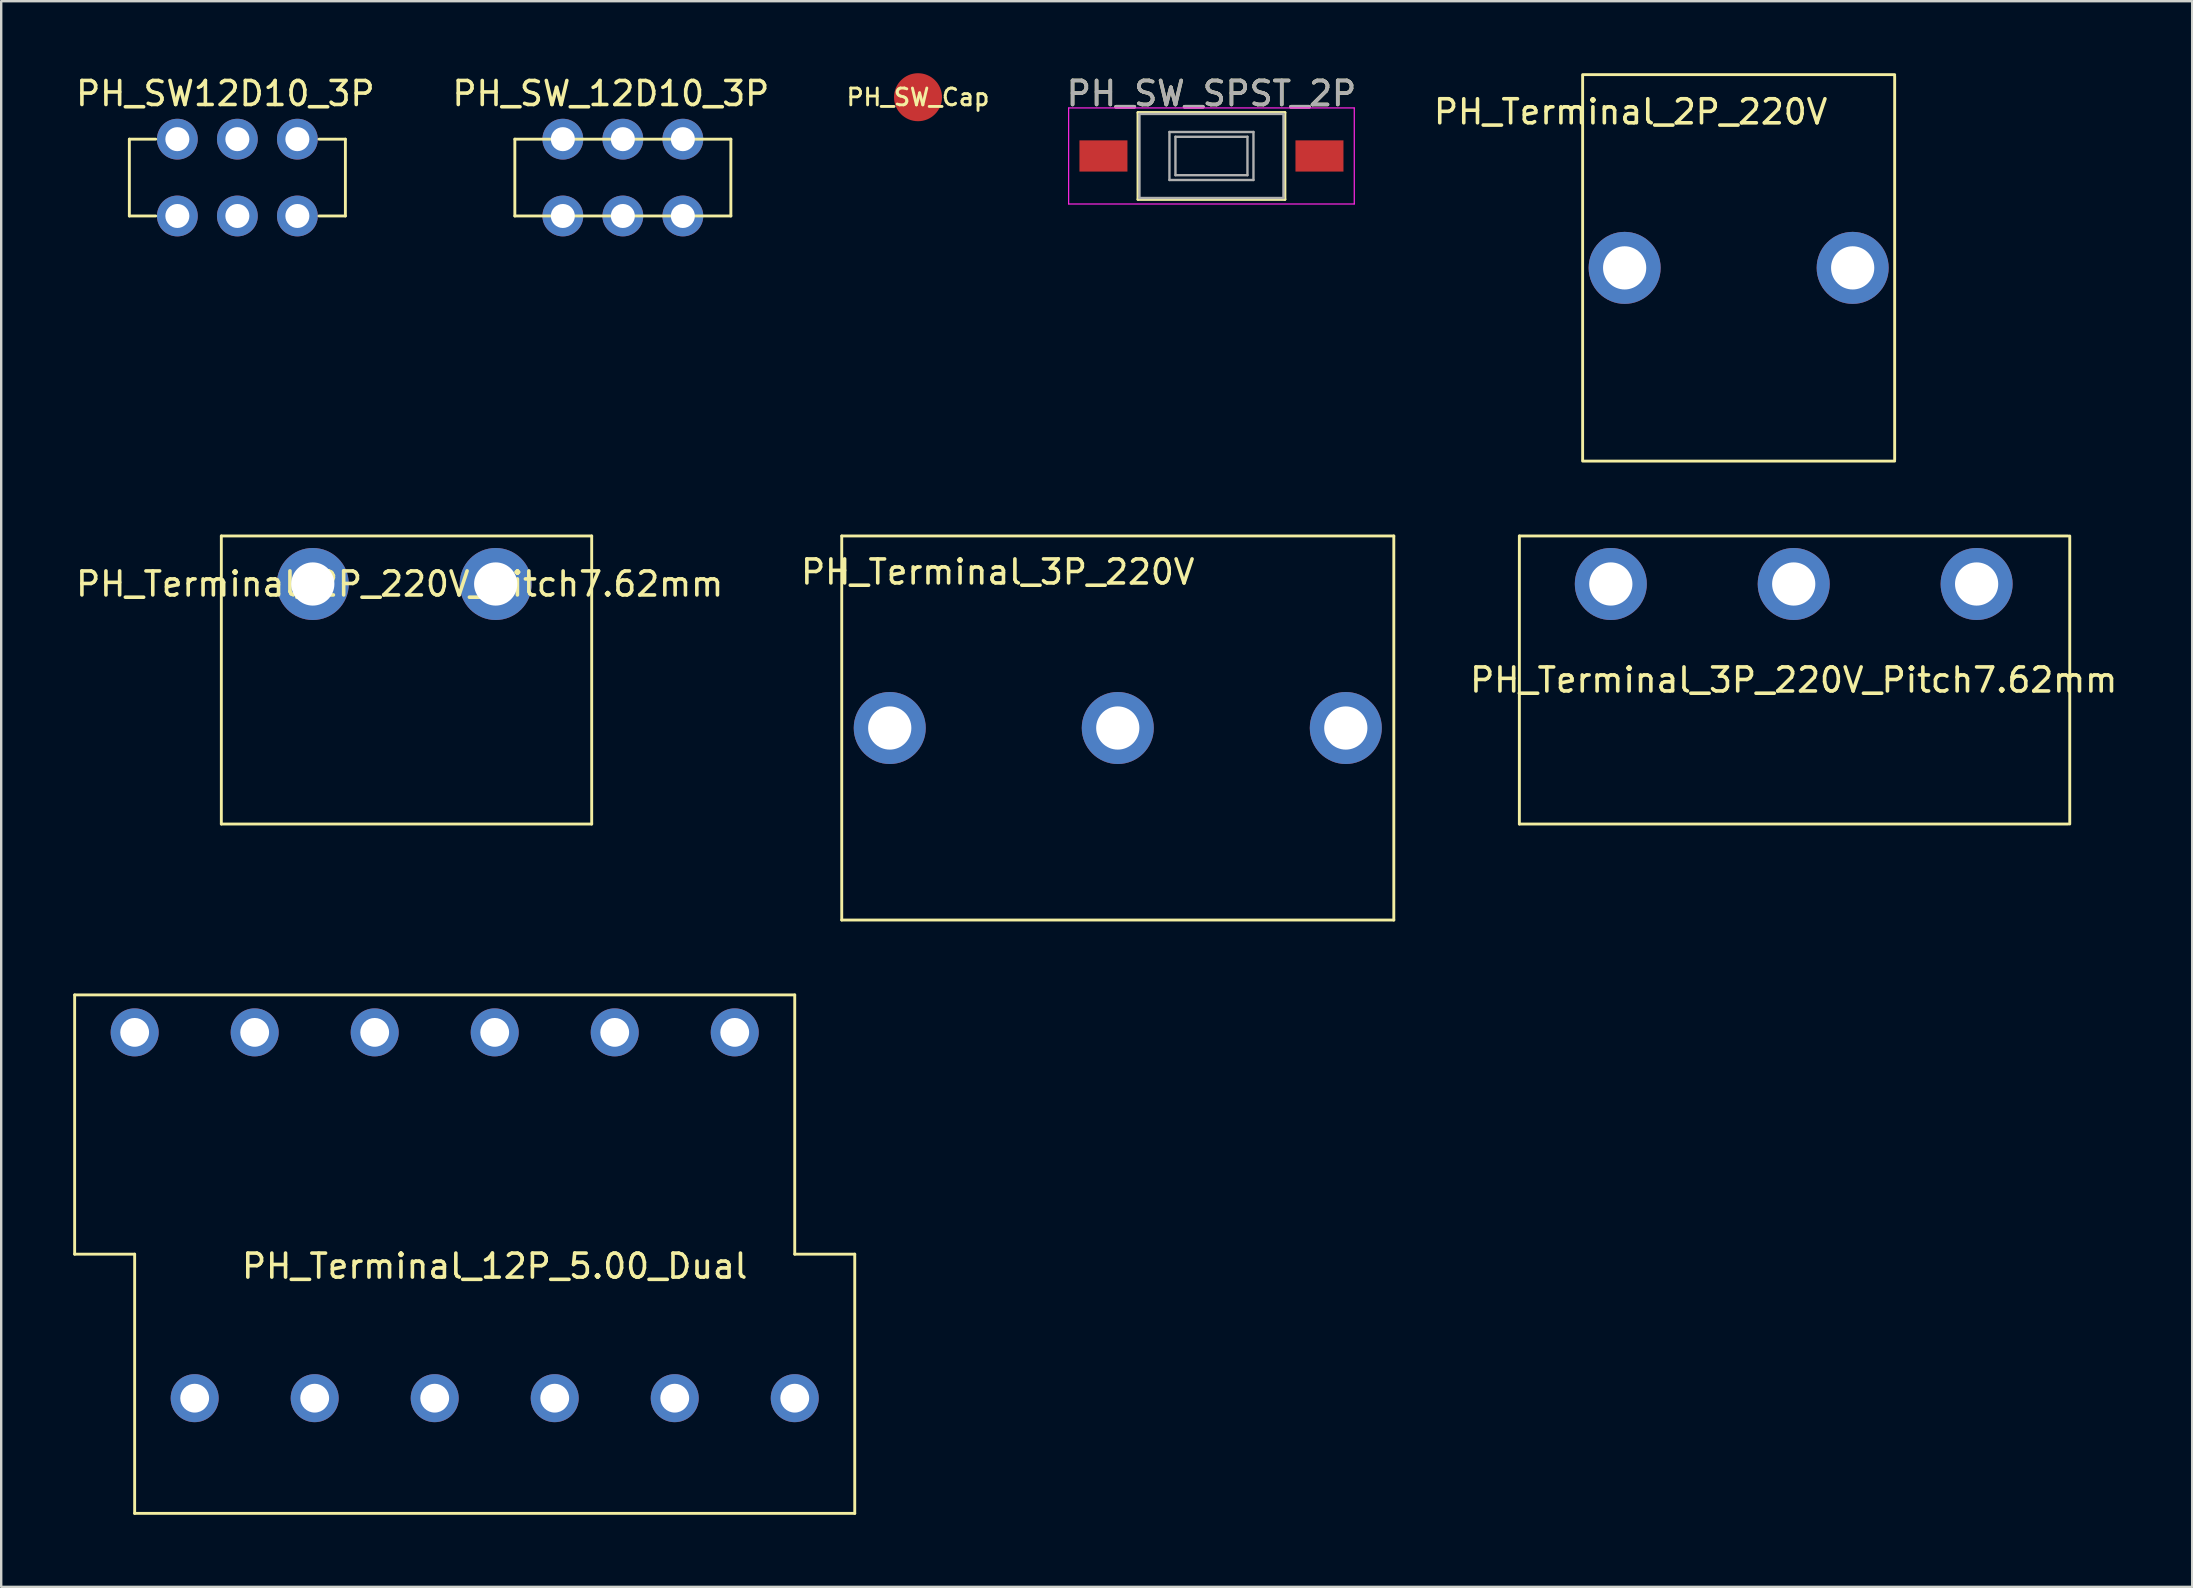
<source format=kicad_pcb>
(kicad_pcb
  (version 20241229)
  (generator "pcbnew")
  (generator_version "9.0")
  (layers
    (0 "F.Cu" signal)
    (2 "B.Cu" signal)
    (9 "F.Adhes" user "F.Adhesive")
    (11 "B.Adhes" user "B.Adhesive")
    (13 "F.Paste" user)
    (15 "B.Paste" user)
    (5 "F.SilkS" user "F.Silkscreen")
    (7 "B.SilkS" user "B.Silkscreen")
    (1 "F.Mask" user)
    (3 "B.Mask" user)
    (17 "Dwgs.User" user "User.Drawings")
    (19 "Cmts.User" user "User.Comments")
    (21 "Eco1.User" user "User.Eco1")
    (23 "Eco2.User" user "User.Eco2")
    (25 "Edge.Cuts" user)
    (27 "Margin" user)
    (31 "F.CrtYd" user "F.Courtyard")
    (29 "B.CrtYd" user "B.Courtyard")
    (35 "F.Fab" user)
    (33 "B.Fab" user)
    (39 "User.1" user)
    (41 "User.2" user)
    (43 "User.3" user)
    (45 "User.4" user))
  (footprint "PH_SW_Cap"
    (layer "F.Cu")
    (at 35.196 1)
    (property "Reference" "PH_SW_Cap" (at 0 0 0) (layer "F.SilkS") (effects (font (size 0.7 0.7) (thickness 0.12))))
    (attr through_hole)
    (pad "1" smd circle (at 0 0) (size 2 2) (layers "F.Cu")))
  (footprint "PH_Terminal_2P_220V"
    (layer "F.Cu")
    (at 69.385 8.11)
    (property "Reference" "PH_Terminal_2P_220V" (at -4.5 -6.5 0) (layer "F.SilkS") (effects (font (size 1 1) (thickness 0.15))))
    (attr through_hole)
    (fp_line (start -6.5 -8.05) (end 6.5 -8.05) (stroke (width 0.12) (type solid)) (layer "F.SilkS"))
    (fp_line (start -6.5 -8) (end -6.5 8) (stroke (width 0.12) (type solid)) (layer "F.SilkS"))
    (fp_line (start -6.5 8.05) (end 6.5 8.05) (stroke (width 0.12) (type solid)) (layer "F.SilkS"))
    (fp_line (start 6.5 -8) (end 6.5 8) (stroke (width 0.12) (type solid)) (layer "F.SilkS"))
    (pad "1" thru_hole circle (at -4.75 0) (size 3 3) (drill 1.8) (layers "*.Cu" "*.Mask"))
    (pad "2" thru_hole circle (at 4.75 0) (size 3 3) (drill 1.8) (layers "*.Cu" "*.Mask")))
  (footprint "PH_SW12D10_3P"
    (layer "F.Cu")
    (at 6.839 4.348)
    (property "Reference" "PH_SW12D10_3P" (at -0.5 -3.5 0) (layer "F.SilkS") (effects (font (size 1 1) (thickness 0.15))))
    (attr through_hole)
    (fp_line (start -4.5 -1.6) (end -4.5 1.6) (stroke (width 0.12) (type solid)) (layer "F.SilkS"))
    (fp_line (start -4.5 -1.6) (end -3.4 -1.6) (stroke (width 0.12) (type solid)) (layer "F.SilkS"))
    (fp_line (start -4.5 1.6) (end -3.4 1.6) (stroke (width 0.12) (type solid)) (layer "F.SilkS"))
    (fp_line (start 4.5 -1.6) (end 3.4 -1.6) (stroke (width 0.12) (type solid)) (layer "F.SilkS"))
    (fp_line (start 4.5 -1.6) (end 4.5 1.6) (stroke (width 0.12) (type solid)) (layer "F.SilkS"))
    (fp_line (start 4.5 1.6) (end 3.4 1.6) (stroke (width 0.12) (type solid)) (layer "F.SilkS"))
    (pad "1" thru_hole circle (at -2.5 -1.6) (size 1.7 1.7) (drill 1) (layers "*.Cu" "*.Mask"))
    (pad "1" thru_hole circle (at -2.5 1.6) (size 1.7 1.7) (drill 1) (layers "*.Cu" "*.Mask"))
    (pad "2" thru_hole circle (at 0 -1.6) (size 1.7 1.7) (drill 1) (layers "*.Cu" "*.Mask"))
    (pad "2" thru_hole circle (at 0 1.6) (size 1.7 1.7) (drill 1) (layers "*.Cu" "*.Mask"))
    (pad "3" thru_hole circle (at 2.5 -1.6) (size 1.7 1.7) (drill 1) (layers "*.Cu" "*.Mask"))
    (pad "3" thru_hole circle (at 2.5 1.6) (size 1.7 1.7) (drill 1) (layers "*.Cu" "*.Mask")))
  (footprint "PH_Terminal_3P_220V_Pitch7.62mm"
    (layer "F.Cu")
    (at 71.679 25.28)
    (property "Reference" "PH_Terminal_3P_220V_Pitch7.62mm" (at 0 0 0) (layer "F.SilkS") (effects (font (size 1 1) (thickness 0.15))))
    (attr through_hole)
    (fp_line (start -11.43 -6) (end 11.43 -6) (stroke (width 0.12) (type solid)) (layer "F.SilkS"))
    (fp_line (start -11.43 6) (end -11.43 -6) (stroke (width 0.12) (type solid)) (layer "F.SilkS"))
    (fp_line (start 11.43 6) (end -11.43 6) (stroke (width 0.12) (type solid)) (layer "F.SilkS"))
    (fp_line (start 11.5 -6) (end 11.5 6) (stroke (width 0.12) (type solid)) (layer "F.SilkS"))
    (pad "1" thru_hole circle (at -7.62 -4) (size 3 3) (drill 1.8) (layers "*.Cu" "*.Mask"))
    (pad "2" thru_hole circle (at 0 -4) (size 3 3) (drill 1.8) (layers "*.Cu" "*.Mask"))
    (pad "3" thru_hole circle (at 7.62 -4) (size 3 3) (drill 1.8) (layers "*.Cu" "*.Mask")))
  (footprint "PH_Terminal_3P_220V"
    (layer "F.Cu")
    (at 43.518 27.28)
    (property "Reference" "PH_Terminal_3P_220V" (at -5 -6.5 0) (layer "F.SilkS") (effects (font (size 1 1) (thickness 0.15))))
    (attr through_hole)
    (fp_line (start -11.5 -8) (end 11.5 -8) (stroke (width 0.12) (type solid)) (layer "F.SilkS"))
    (fp_line (start -11.5 8) (end -11.5 -8) (stroke (width 0.12) (type solid)) (layer "F.SilkS"))
    (fp_line (start 11.5 -8) (end 11.5 8) (stroke (width 0.12) (type solid)) (layer "F.SilkS"))
    (fp_line (start 11.5 8) (end -11.5 8) (stroke (width 0.12) (type solid)) (layer "F.SilkS"))
    (pad "1" thru_hole circle (at -9.5 0) (size 3 3) (drill 1.8) (layers "*.Cu" "*.Mask"))
    (pad "2" thru_hole circle (at 0 0) (size 3 3) (drill 1.8) (layers "*.Cu" "*.Mask"))
    (pad "3" thru_hole circle (at 9.5 0) (size 3 3) (drill 1.8) (layers "*.Cu" "*.Mask")))
  (footprint "PH_Terminal_2P_220V_Pitch7.62mm"
    (layer "F.Cu")
    (at 13.601 21.28)
    (property "Reference" "PH_Terminal_2P_220V_Pitch7.62mm" (at 0 0 0) (layer "F.SilkS") (effects (font (size 1 1) (thickness 0.15))))
    (attr through_hole)
    (fp_line (start -7.43 -2) (end 8 -2) (stroke (width 0.12) (type solid)) (layer "F.SilkS"))
    (fp_line (start -7.43 10) (end -7.43 -2) (stroke (width 0.12) (type solid)) (layer "F.SilkS"))
    (fp_line (start 8 -2) (end 8 10) (stroke (width 0.12) (type solid)) (layer "F.SilkS"))
    (fp_line (start 8 10) (end -7.43 10) (stroke (width 0.12) (type solid)) (layer "F.SilkS"))
    (pad "1" thru_hole circle (at -3.62 0) (size 3 3) (drill 1.8) (layers "*.Cu" "*.Mask"))
    (pad "2" thru_hole circle (at 4 0) (size 3 3) (drill 1.8) (layers "*.Cu" "*.Mask")))
  (footprint "PH_Terminal_12P_5.00_Dual"
    (layer "F.Cu")
    (at 17.56 49.2)
    (property "Reference" "PH_Terminal_12P_5.00_Dual" (at 0 0.5 0) (layer "F.SilkS") (effects (font (size 1 1) (thickness 0.15))))
    (attr through_hole)
    (fp_line (start -17.5 0) (end -17.5 -10.8) (stroke (width 0.12) (type solid)) (layer "F.SilkS"))
    (fp_line (start -15 0) (end -17.5 0) (stroke (width 0.12) (type solid)) (layer "F.SilkS"))
    (fp_line (start -15 10.8) (end -15 0) (stroke (width 0.12) (type solid)) (layer "F.SilkS"))
    (fp_line (start -15 10.8) (end 15 10.8) (stroke (width 0.12) (type solid)) (layer "F.SilkS"))
    (fp_line (start 12.5 -10.8) (end -17.5 -10.8) (stroke (width 0.12) (type solid)) (layer "F.SilkS"))
    (fp_line (start 12.5 0) (end 12.5 -10.8) (stroke (width 0.12) (type solid)) (layer "F.SilkS"))
    (fp_line (start 15 0) (end 12.5 0) (stroke (width 0.12) (type solid)) (layer "F.SilkS"))
    (fp_line (start 15 10.8) (end 15 0) (stroke (width 0.12) (type solid)) (layer "F.SilkS"))
    (pad "1" thru_hole circle (at -12.5 6) (size 2 2) (drill 1.2) (layers "*.Cu" "*.Mask"))
    (pad "2" thru_hole circle (at -7.5 6) (size 2 2) (drill 1.2) (layers "*.Cu" "*.Mask"))
    (pad "3" thru_hole circle (at -2.5 6) (size 2 2) (drill 1.2) (layers "*.Cu" "*.Mask"))
    (pad "4" thru_hole circle (at 2.5 6) (size 2 2) (drill 1.2) (layers "*.Cu" "*.Mask"))
    (pad "5" thru_hole circle (at 7.5 6) (size 2 2) (drill 1.2) (layers "*.Cu" "*.Mask"))
    (pad "6" thru_hole circle (at 12.5 6) (size 2 2) (drill 1.2) (layers "*.Cu" "*.Mask"))
    (pad "7" thru_hole circle (at 10 -9.24) (size 2 2) (drill 1.2) (layers "*.Cu" "*.Mask"))
    (pad "8" thru_hole circle (at 5 -9.24) (size 2 2) (drill 1.2) (layers "*.Cu" "*.Mask"))
    (pad "9" thru_hole circle (at 0 -9.24) (size 2 2) (drill 1.2) (layers "*.Cu" "*.Mask"))
    (pad "10" thru_hole circle (at -5 -9.24) (size 2 2) (drill 1.2) (layers "*.Cu" "*.Mask"))
    (pad "11" thru_hole circle (at -10 -9.24) (size 2 2) (drill 1.2) (layers "*.Cu" "*.Mask"))
    (pad "12" thru_hole circle (at -15 -9.24) (size 2 2) (drill 1.2) (layers "*.Cu" "*.Mask")))
  (footprint "PH_SW_12D10_3P"
    (layer "F.Cu")
    (at 22.899 4.348)
    (property "Reference" "PH_SW_12D10_3P" (at -0.5 -3.5 0) (layer "F.SilkS") (effects (font (size 1 1) (thickness 0.15))))
    (attr through_hole)
    (fp_line (start -4.5 -1.6) (end -4.5 1.6) (stroke (width 0.12) (type solid)) (layer "F.SilkS"))
    (fp_line (start -4.5 -1.6) (end 4.5 -1.6) (stroke (width 0.12) (type solid)) (layer "F.SilkS"))
    (fp_line (start -4.5 1.6) (end 4.5 1.6) (stroke (width 0.12) (type solid)) (layer "F.SilkS"))
    (fp_line (start 4.5 -1.6) (end 4.5 1.6) (stroke (width 0.12) (type solid)) (layer "F.SilkS"))
    (pad "1" thru_hole circle (at -2.5 -1.6) (size 1.7 1.7) (drill 1) (layers "*.Cu" "*.Mask"))
    (pad "1" thru_hole circle (at -2.5 1.6) (size 1.7 1.7) (drill 1) (layers "*.Cu" "*.Mask"))
    (pad "2" thru_hole circle (at 0 -1.6) (size 1.7 1.7) (drill 1) (layers "*.Cu" "*.Mask"))
    (pad "2" thru_hole circle (at 0 1.6) (size 1.7 1.7) (drill 1) (layers "*.Cu" "*.Mask"))
    (pad "3" thru_hole circle (at 2.5 -1.6) (size 1.7 1.7) (drill 1) (layers "*.Cu" "*.Mask"))
    (pad "3" thru_hole circle (at 2.5 1.6) (size 1.7 1.7) (drill 1) (layers "*.Cu" "*.Mask")))
  (footprint "PH_SW_SPST_2P"
    (layer "F.Cu")
    (at 47.421 3.448)
    (property "Reference" "PH_SW_SPST_2P" (at 0 -2.6 0) (layer "F.SilkS") (effects (font (size 1 1) (thickness 0.15))))
    (attr smd)
    (fp_line (start -3.06 -1.81) (end 3.06 -1.81) (stroke (width 0.12) (type solid)) (layer "F.SilkS"))
    (fp_line (start -3.06 1.81) (end -3.06 -1.81) (stroke (width 0.12) (type solid)) (layer "F.SilkS"))
    (fp_line (start 3.06 -1.81) (end 3.06 1.81) (stroke (width 0.12) (type solid)) (layer "F.SilkS"))
    (fp_line (start 3.06 1.81) (end -3.06 1.81) (stroke (width 0.12) (type solid)) (layer "F.SilkS"))
    (fp_line (start -5.95 -2) (end -5.95 2) (stroke (width 0.05) (type solid)) (layer "F.CrtYd"))
    (fp_line (start -5.95 -2) (end 5.95 -2) (stroke (width 0.05) (type solid)) (layer "F.CrtYd"))
    (fp_line (start -5.95 2) (end 5.95 2) (stroke (width 0.05) (type solid)) (layer "F.CrtYd"))
    (fp_line (start 5.95 -2) (end 5.95 2) (stroke (width 0.05) (type solid)) (layer "F.CrtYd"))
    (fp_line (start -3 -1.75) (end -3 1.75) (stroke (width 0.1) (type solid)) (layer "F.Fab"))
    (fp_line (start -3 -1.75) (end 3 -1.75) (stroke (width 0.1) (type solid)) (layer "F.Fab"))
    (fp_line (start -3 1.75) (end 3 1.75) (stroke (width 0.1) (type solid)) (layer "F.Fab"))
    (fp_line (start -1.75 -1) (end 1.75 -1) (stroke (width 0.1) (type solid)) (layer "F.Fab"))
    (fp_line (start -1.75 1) (end -1.75 -1) (stroke (width 0.1) (type solid)) (layer "F.Fab"))
    (fp_line (start -1.5 -0.8) (end -1.5 0.8) (stroke (width 0.1) (type solid)) (layer "F.Fab"))
    (fp_line (start -1.5 -0.8) (end 1.5 -0.8) (stroke (width 0.1) (type solid)) (layer "F.Fab"))
    (fp_line (start -1.5 0.8) (end 1.5 0.8) (stroke (width 0.1) (type solid)) (layer "F.Fab"))
    (fp_line (start 1.5 -0.8) (end 1.5 0.8) (stroke (width 0.1) (type solid)) (layer "F.Fab"))
    (fp_line (start 1.75 -1) (end 1.75 1) (stroke (width 0.1) (type solid)) (layer "F.Fab"))
    (fp_line (start 1.75 1) (end -1.75 1) (stroke (width 0.1) (type solid)) (layer "F.Fab"))
    (fp_line (start 3 -1.75) (end 3 1.75) (stroke (width 0.1) (type solid)) (layer "F.Fab"))
    (fp_text user "${REFERENCE}" (at 0 -2.6 0) (layer "F.Fab") (effects (font (size 1 1) (thickness 0.15))))
    (pad "1" smd rect (at -4.5 0) (size 2 1.3) (layers "F.Cu" "F.Mask" "F.Paste"))
    (pad "2" smd rect (at 4.5 0) (size 2 1.3) (layers "F.Cu" "F.Mask" "F.Paste")))
  (gr_rect
    (start -3 -3)
    (end 88.28 63.06)
    (stroke (width 0.1) (type default))
    (fill no)
    (layer "Edge.Cuts")))
</source>
